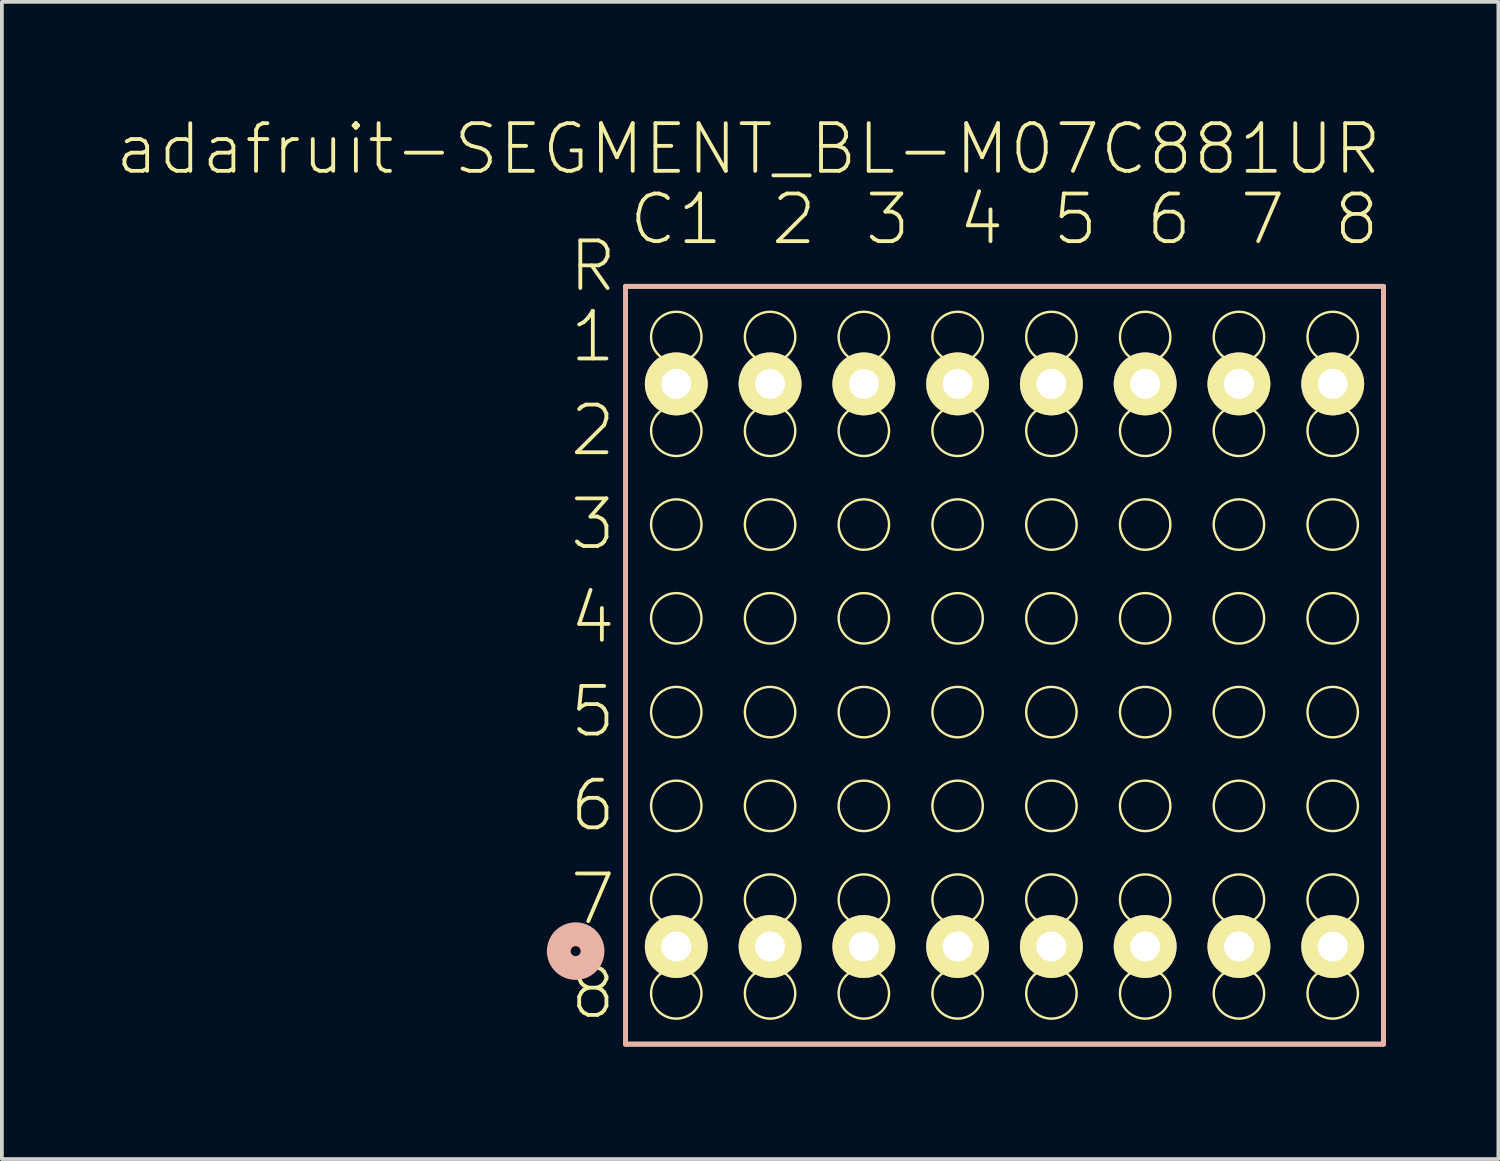
<source format=kicad_pcb>
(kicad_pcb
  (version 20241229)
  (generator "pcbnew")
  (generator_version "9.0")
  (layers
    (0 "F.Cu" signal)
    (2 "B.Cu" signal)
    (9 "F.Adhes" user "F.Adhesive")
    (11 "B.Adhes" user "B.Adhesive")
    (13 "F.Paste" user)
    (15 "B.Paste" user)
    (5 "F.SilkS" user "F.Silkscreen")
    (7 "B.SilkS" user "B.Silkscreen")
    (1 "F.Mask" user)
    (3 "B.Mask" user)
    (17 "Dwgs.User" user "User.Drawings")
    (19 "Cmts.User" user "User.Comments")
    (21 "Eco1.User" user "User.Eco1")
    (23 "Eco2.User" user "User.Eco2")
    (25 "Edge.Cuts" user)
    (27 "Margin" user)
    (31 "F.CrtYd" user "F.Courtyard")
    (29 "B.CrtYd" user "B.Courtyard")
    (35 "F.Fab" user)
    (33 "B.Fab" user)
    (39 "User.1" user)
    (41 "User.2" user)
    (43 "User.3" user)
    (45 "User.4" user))
  (footprint "adafruit-SEGMENT_BL-M07C881UR"
    (layer "F.Cu")
    (at 23.723 14.68)
    (property "Reference" "adafruit-SEGMENT_BL-M07C881UR" (at -6.825 -13.759 0) (layer "F.SilkS") (effects (font (size 1.27 1.27) (thickness 0.102))))
    (attr exclude_from_pos_files exclude_from_bom)
    (fp_line (start -10.099 -10.099) (end 10.099 -10.099) (stroke (width 0.127) (type solid)) (layer "F.SilkS"))
    (fp_line (start -10.099 10.099) (end -10.099 -10.099) (stroke (width 0.127) (type solid)) (layer "F.SilkS"))
    (fp_line (start 10.099 -10.099) (end 10.099 10.099) (stroke (width 0.127) (type solid)) (layer "F.SilkS"))
    (fp_line (start 10.099 10.099) (end -10.099 10.099) (stroke (width 0.127) (type solid)) (layer "F.SilkS"))
    (fp_circle (center -8.748 -8.748) (end -9.223 -9.223) (stroke (width 0.064) (type solid)) (fill no) (layer "F.SilkS"))
    (fp_circle (center -8.748 -6.248) (end -9.223 -6.723) (stroke (width 0.064) (type solid)) (fill no) (layer "F.SilkS"))
    (fp_circle (center -8.748 -3.749) (end -9.223 -4.224) (stroke (width 0.064) (type solid)) (fill no) (layer "F.SilkS"))
    (fp_circle (center -8.748 -1.25) (end -9.223 -1.725) (stroke (width 0.064) (type solid)) (fill no) (layer "F.SilkS"))
    (fp_circle (center -8.748 1.25) (end -9.223 1.725) (stroke (width 0.064) (type solid)) (fill no) (layer "F.SilkS"))
    (fp_circle (center -8.748 3.749) (end -9.223 4.224) (stroke (width 0.064) (type solid)) (fill no) (layer "F.SilkS"))
    (fp_circle (center -8.748 6.248) (end -9.223 6.723) (stroke (width 0.064) (type solid)) (fill no) (layer "F.SilkS"))
    (fp_circle (center -8.748 8.748) (end -9.223 9.223) (stroke (width 0.064) (type solid)) (fill no) (layer "F.SilkS"))
    (fp_circle (center -6.248 -8.748) (end -6.723 -9.223) (stroke (width 0.064) (type solid)) (fill no) (layer "F.SilkS"))
    (fp_circle (center -6.248 -6.248) (end -6.723 -6.723) (stroke (width 0.064) (type solid)) (fill no) (layer "F.SilkS"))
    (fp_circle (center -6.248 -3.749) (end -6.723 -4.224) (stroke (width 0.064) (type solid)) (fill no) (layer "F.SilkS"))
    (fp_circle (center -6.248 -1.25) (end -6.723 -1.725) (stroke (width 0.064) (type solid)) (fill no) (layer "F.SilkS"))
    (fp_circle (center -6.248 1.25) (end -6.723 1.725) (stroke (width 0.064) (type solid)) (fill no) (layer "F.SilkS"))
    (fp_circle (center -6.248 3.749) (end -6.723 4.224) (stroke (width 0.064) (type solid)) (fill no) (layer "F.SilkS"))
    (fp_circle (center -6.248 6.248) (end -6.723 6.723) (stroke (width 0.064) (type solid)) (fill no) (layer "F.SilkS"))
    (fp_circle (center -6.248 8.748) (end -6.723 9.223) (stroke (width 0.064) (type solid)) (fill no) (layer "F.SilkS"))
    (fp_circle (center -3.749 -8.748) (end -4.224 -9.223) (stroke (width 0.064) (type solid)) (fill no) (layer "F.SilkS"))
    (fp_circle (center -3.749 -6.248) (end -4.224 -6.723) (stroke (width 0.064) (type solid)) (fill no) (layer "F.SilkS"))
    (fp_circle (center -3.749 -3.749) (end -4.224 -4.224) (stroke (width 0.064) (type solid)) (fill no) (layer "F.SilkS"))
    (fp_circle (center -3.749 -1.25) (end -4.224 -1.725) (stroke (width 0.064) (type solid)) (fill no) (layer "F.SilkS"))
    (fp_circle (center -3.749 1.25) (end -4.224 1.725) (stroke (width 0.064) (type solid)) (fill no) (layer "F.SilkS"))
    (fp_circle (center -3.749 3.749) (end -4.224 4.224) (stroke (width 0.064) (type solid)) (fill no) (layer "F.SilkS"))
    (fp_circle (center -3.749 6.248) (end -4.224 6.723) (stroke (width 0.064) (type solid)) (fill no) (layer "F.SilkS"))
    (fp_circle (center -3.749 8.748) (end -4.224 9.223) (stroke (width 0.064) (type solid)) (fill no) (layer "F.SilkS"))
    (fp_circle (center -1.25 -8.748) (end -1.725 -9.223) (stroke (width 0.064) (type solid)) (fill no) (layer "F.SilkS"))
    (fp_circle (center -1.25 -6.248) (end -1.725 -6.723) (stroke (width 0.064) (type solid)) (fill no) (layer "F.SilkS"))
    (fp_circle (center -1.25 -3.749) (end -1.725 -4.224) (stroke (width 0.064) (type solid)) (fill no) (layer "F.SilkS"))
    (fp_circle (center -1.25 -1.25) (end -1.725 -1.725) (stroke (width 0.064) (type solid)) (fill no) (layer "F.SilkS"))
    (fp_circle (center -1.25 1.25) (end -1.725 1.725) (stroke (width 0.064) (type solid)) (fill no) (layer "F.SilkS"))
    (fp_circle (center -1.25 3.749) (end -1.725 4.224) (stroke (width 0.064) (type solid)) (fill no) (layer "F.SilkS"))
    (fp_circle (center -1.25 6.248) (end -1.725 6.723) (stroke (width 0.064) (type solid)) (fill no) (layer "F.SilkS"))
    (fp_circle (center -1.25 8.748) (end -1.725 9.223) (stroke (width 0.064) (type solid)) (fill no) (layer "F.SilkS"))
    (fp_circle (center 1.25 -8.748) (end 1.725 -9.223) (stroke (width 0.064) (type solid)) (fill no) (layer "F.SilkS"))
    (fp_circle (center 1.25 -6.248) (end 1.725 -6.723) (stroke (width 0.064) (type solid)) (fill no) (layer "F.SilkS"))
    (fp_circle (center 1.25 -3.749) (end 1.725 -4.224) (stroke (width 0.064) (type solid)) (fill no) (layer "F.SilkS"))
    (fp_circle (center 1.25 -1.25) (end 1.725 -1.725) (stroke (width 0.064) (type solid)) (fill no) (layer "F.SilkS"))
    (fp_circle (center 1.25 1.25) (end 1.725 1.725) (stroke (width 0.064) (type solid)) (fill no) (layer "F.SilkS"))
    (fp_circle (center 1.25 3.749) (end 1.725 4.224) (stroke (width 0.064) (type solid)) (fill no) (layer "F.SilkS"))
    (fp_circle (center 1.25 6.248) (end 1.725 6.723) (stroke (width 0.064) (type solid)) (fill no) (layer "F.SilkS"))
    (fp_circle (center 1.25 8.748) (end 1.725 9.223) (stroke (width 0.064) (type solid)) (fill no) (layer "F.SilkS"))
    (fp_circle (center 3.749 -8.748) (end 4.224 -9.223) (stroke (width 0.064) (type solid)) (fill no) (layer "F.SilkS"))
    (fp_circle (center 3.749 -6.248) (end 4.224 -6.723) (stroke (width 0.064) (type solid)) (fill no) (layer "F.SilkS"))
    (fp_circle (center 3.749 -3.749) (end 4.224 -4.224) (stroke (width 0.064) (type solid)) (fill no) (layer "F.SilkS"))
    (fp_circle (center 3.749 -1.25) (end 4.224 -1.725) (stroke (width 0.064) (type solid)) (fill no) (layer "F.SilkS"))
    (fp_circle (center 3.749 1.25) (end 4.224 1.725) (stroke (width 0.064) (type solid)) (fill no) (layer "F.SilkS"))
    (fp_circle (center 3.749 3.749) (end 4.224 4.224) (stroke (width 0.064) (type solid)) (fill no) (layer "F.SilkS"))
    (fp_circle (center 3.749 6.248) (end 4.224 6.723) (stroke (width 0.064) (type solid)) (fill no) (layer "F.SilkS"))
    (fp_circle (center 3.749 8.748) (end 4.224 9.223) (stroke (width 0.064) (type solid)) (fill no) (layer "F.SilkS"))
    (fp_circle (center 6.248 -8.748) (end 6.723 -9.223) (stroke (width 0.064) (type solid)) (fill no) (layer "F.SilkS"))
    (fp_circle (center 6.248 -6.248) (end 6.723 -6.723) (stroke (width 0.064) (type solid)) (fill no) (layer "F.SilkS"))
    (fp_circle (center 6.248 -3.749) (end 6.723 -4.224) (stroke (width 0.064) (type solid)) (fill no) (layer "F.SilkS"))
    (fp_circle (center 6.248 -1.25) (end 6.723 -1.725) (stroke (width 0.064) (type solid)) (fill no) (layer "F.SilkS"))
    (fp_circle (center 6.248 1.25) (end 6.723 1.725) (stroke (width 0.064) (type solid)) (fill no) (layer "F.SilkS"))
    (fp_circle (center 6.248 3.749) (end 6.723 4.224) (stroke (width 0.064) (type solid)) (fill no) (layer "F.SilkS"))
    (fp_circle (center 6.248 6.248) (end 6.723 6.723) (stroke (width 0.064) (type solid)) (fill no) (layer "F.SilkS"))
    (fp_circle (center 6.248 8.748) (end 6.723 9.223) (stroke (width 0.064) (type solid)) (fill no) (layer "F.SilkS"))
    (fp_circle (center 8.748 -8.748) (end 9.223 -9.223) (stroke (width 0.064) (type solid)) (fill no) (layer "F.SilkS"))
    (fp_circle (center 8.748 -6.248) (end 9.223 -6.723) (stroke (width 0.064) (type solid)) (fill no) (layer "F.SilkS"))
    (fp_circle (center 8.748 -3.749) (end 9.223 -4.224) (stroke (width 0.064) (type solid)) (fill no) (layer "F.SilkS"))
    (fp_circle (center 8.748 -1.25) (end 9.223 -1.725) (stroke (width 0.064) (type solid)) (fill no) (layer "F.SilkS"))
    (fp_circle (center 8.748 1.25) (end 9.223 1.725) (stroke (width 0.064) (type solid)) (fill no) (layer "F.SilkS"))
    (fp_circle (center 8.748 3.749) (end 9.223 4.224) (stroke (width 0.064) (type solid)) (fill no) (layer "F.SilkS"))
    (fp_circle (center 8.748 6.248) (end 9.223 6.723) (stroke (width 0.064) (type solid)) (fill no) (layer "F.SilkS"))
    (fp_circle (center 8.748 8.748) (end 9.223 9.223) (stroke (width 0.064) (type solid)) (fill no) (layer "F.SilkS"))
    (fp_line (start -10.099 -10.099) (end 10.099 -10.099) (stroke (width 0.127) (type solid)) (layer "B.SilkS"))
    (fp_line (start -10.099 10.099) (end -10.099 -10.099) (stroke (width 0.127) (type solid)) (layer "B.SilkS"))
    (fp_line (start 10.099 -10.099) (end 10.099 10.099) (stroke (width 0.127) (type solid)) (layer "B.SilkS"))
    (fp_line (start 10.099 10.099) (end -10.099 10.099) (stroke (width 0.127) (type solid)) (layer "B.SilkS"))
    (fp_circle (center -11.43 7.62) (end -11.748 7.938) (stroke (width 0.635) (type solid)) (fill no) (layer "B.SilkS"))
    (fp_text user "2" (at -10.973 -6.259 0) (layer "F.SilkS") (effects (font (size 1.27 1.27) (thickness 0.102))))
    (fp_text user "5" (at -10.973 1.24 0) (layer "F.SilkS") (effects (font (size 1.27 1.27) (thickness 0.102))))
    (fp_text user "3" (at -3.114 -11.885 0) (layer "F.SilkS") (effects (font (size 1.27 1.27) (thickness 0.102))))
    (fp_text user "4" (at -0.615 -11.885 0) (layer "F.SilkS") (effects (font (size 1.27 1.27) (thickness 0.102))))
    (fp_text user "4" (at -10.973 -1.26 0) (layer "F.SilkS") (effects (font (size 1.27 1.27) (thickness 0.102))))
    (fp_text user "1" (at -10.973 -8.758 0) (layer "F.SilkS") (effects (font (size 1.27 1.27) (thickness 0.102))))
    (fp_text user "8" (at 9.383 -11.885 0) (layer "F.SilkS") (effects (font (size 1.27 1.27) (thickness 0.102))))
    (fp_text user "7" (at -10.973 6.238 0) (layer "F.SilkS") (effects (font (size 1.27 1.27) (thickness 0.102))))
    (fp_text user "5" (at 1.885 -11.885 0) (layer "F.SilkS") (effects (font (size 1.27 1.27) (thickness 0.102))))
    (fp_text user "8" (at -10.973 8.738 0) (layer "F.SilkS") (effects (font (size 1.27 1.27) (thickness 0.102))))
    (fp_text user "7" (at 6.883 -11.885 0) (layer "F.SilkS") (effects (font (size 1.27 1.27) (thickness 0.102))))
    (fp_text user "R" (at -10.973 -10.635 0) (layer "F.SilkS") (effects (font (size 1.27 1.27) (thickness 0.102))))
    (fp_text user "6" (at 4.384 -11.885 0) (layer "F.SilkS") (effects (font (size 1.27 1.27) (thickness 0.102))))
    (fp_text user "1" (at -8.113 -11.885 0) (layer "F.SilkS") (effects (font (size 1.27 1.27) (thickness 0.102))))
    (fp_text user "6" (at -10.973 3.739 0) (layer "F.SilkS") (effects (font (size 1.27 1.27) (thickness 0.102))))
    (fp_text user "2" (at -5.613 -11.885 0) (layer "F.SilkS") (effects (font (size 1.27 1.27) (thickness 0.102))))
    (fp_text user "C" (at -9.365 -11.885 0) (layer "F.SilkS") (effects (font (size 1.27 1.27) (thickness 0.102))))
    (fp_text user "3" (at -10.973 -3.759 0) (layer "F.SilkS") (effects (font (size 1.27 1.27) (thickness 0.102))))
    (pad "1" thru_hole circle (at -8.748 7.498) (size 1.676 1.676) (drill 0.798) (layers "*.Cu" "F.Mask" "F.SilkS" "F.Paste"))
    (pad "2" thru_hole circle (at -6.248 7.498) (size 1.676 1.676) (drill 0.798) (layers "*.Cu" "F.Mask" "F.SilkS" "F.Paste"))
    (pad "3" thru_hole circle (at -3.749 7.498) (size 1.676 1.676) (drill 0.798) (layers "*.Cu" "F.Mask" "F.SilkS" "F.Paste"))
    (pad "4" thru_hole circle (at -1.25 7.498) (size 1.676 1.676) (drill 0.798) (layers "*.Cu" "F.Mask" "F.SilkS" "F.Paste"))
    (pad "5" thru_hole circle (at 1.25 7.498) (size 1.676 1.676) (drill 0.798) (layers "*.Cu" "F.Mask" "F.SilkS" "F.Paste"))
    (pad "6" thru_hole circle (at 3.749 7.498) (size 1.676 1.676) (drill 0.798) (layers "*.Cu" "F.Mask" "F.SilkS" "F.Paste"))
    (pad "7" thru_hole circle (at 6.248 7.498) (size 1.676 1.676) (drill 0.798) (layers "*.Cu" "F.Mask" "F.SilkS" "F.Paste"))
    (pad "8" thru_hole circle (at 8.748 7.498) (size 1.676 1.676) (drill 0.798) (layers "*.Cu" "F.Mask" "F.SilkS" "F.Paste"))
    (pad "9" thru_hole circle (at 8.748 -7.498) (size 1.676 1.676) (drill 0.798) (layers "*.Cu" "F.Mask" "F.SilkS" "F.Paste"))
    (pad "10" thru_hole circle (at 6.248 -7.498) (size 1.676 1.676) (drill 0.798) (layers "*.Cu" "F.Mask" "F.SilkS" "F.Paste"))
    (pad "11" thru_hole circle (at 3.749 -7.498) (size 1.676 1.676) (drill 0.798) (layers "*.Cu" "F.Mask" "F.SilkS" "F.Paste"))
    (pad "12" thru_hole circle (at 1.25 -7.498) (size 1.676 1.676) (drill 0.798) (layers "*.Cu" "F.Mask" "F.SilkS" "F.Paste"))
    (pad "13" thru_hole circle (at -1.25 -7.498) (size 1.676 1.676) (drill 0.798) (layers "*.Cu" "F.Mask" "F.SilkS" "F.Paste"))
    (pad "14" thru_hole circle (at -3.749 -7.498) (size 1.676 1.676) (drill 0.798) (layers "*.Cu" "F.Mask" "F.SilkS" "F.Paste"))
    (pad "15" thru_hole circle (at -6.248 -7.498) (size 1.676 1.676) (drill 0.798) (layers "*.Cu" "F.Mask" "F.SilkS" "F.Paste"))
    (pad "16" thru_hole circle (at -8.748 -7.498) (size 1.676 1.676) (drill 0.798) (layers "*.Cu" "F.Mask" "F.SilkS" "F.Paste")))
  (gr_rect
    (start -3 -3)
    (end 36.886 27.843)
    (stroke (width 0.1) (type default))
    (fill no)
    (layer "Edge.Cuts")))
</source>
